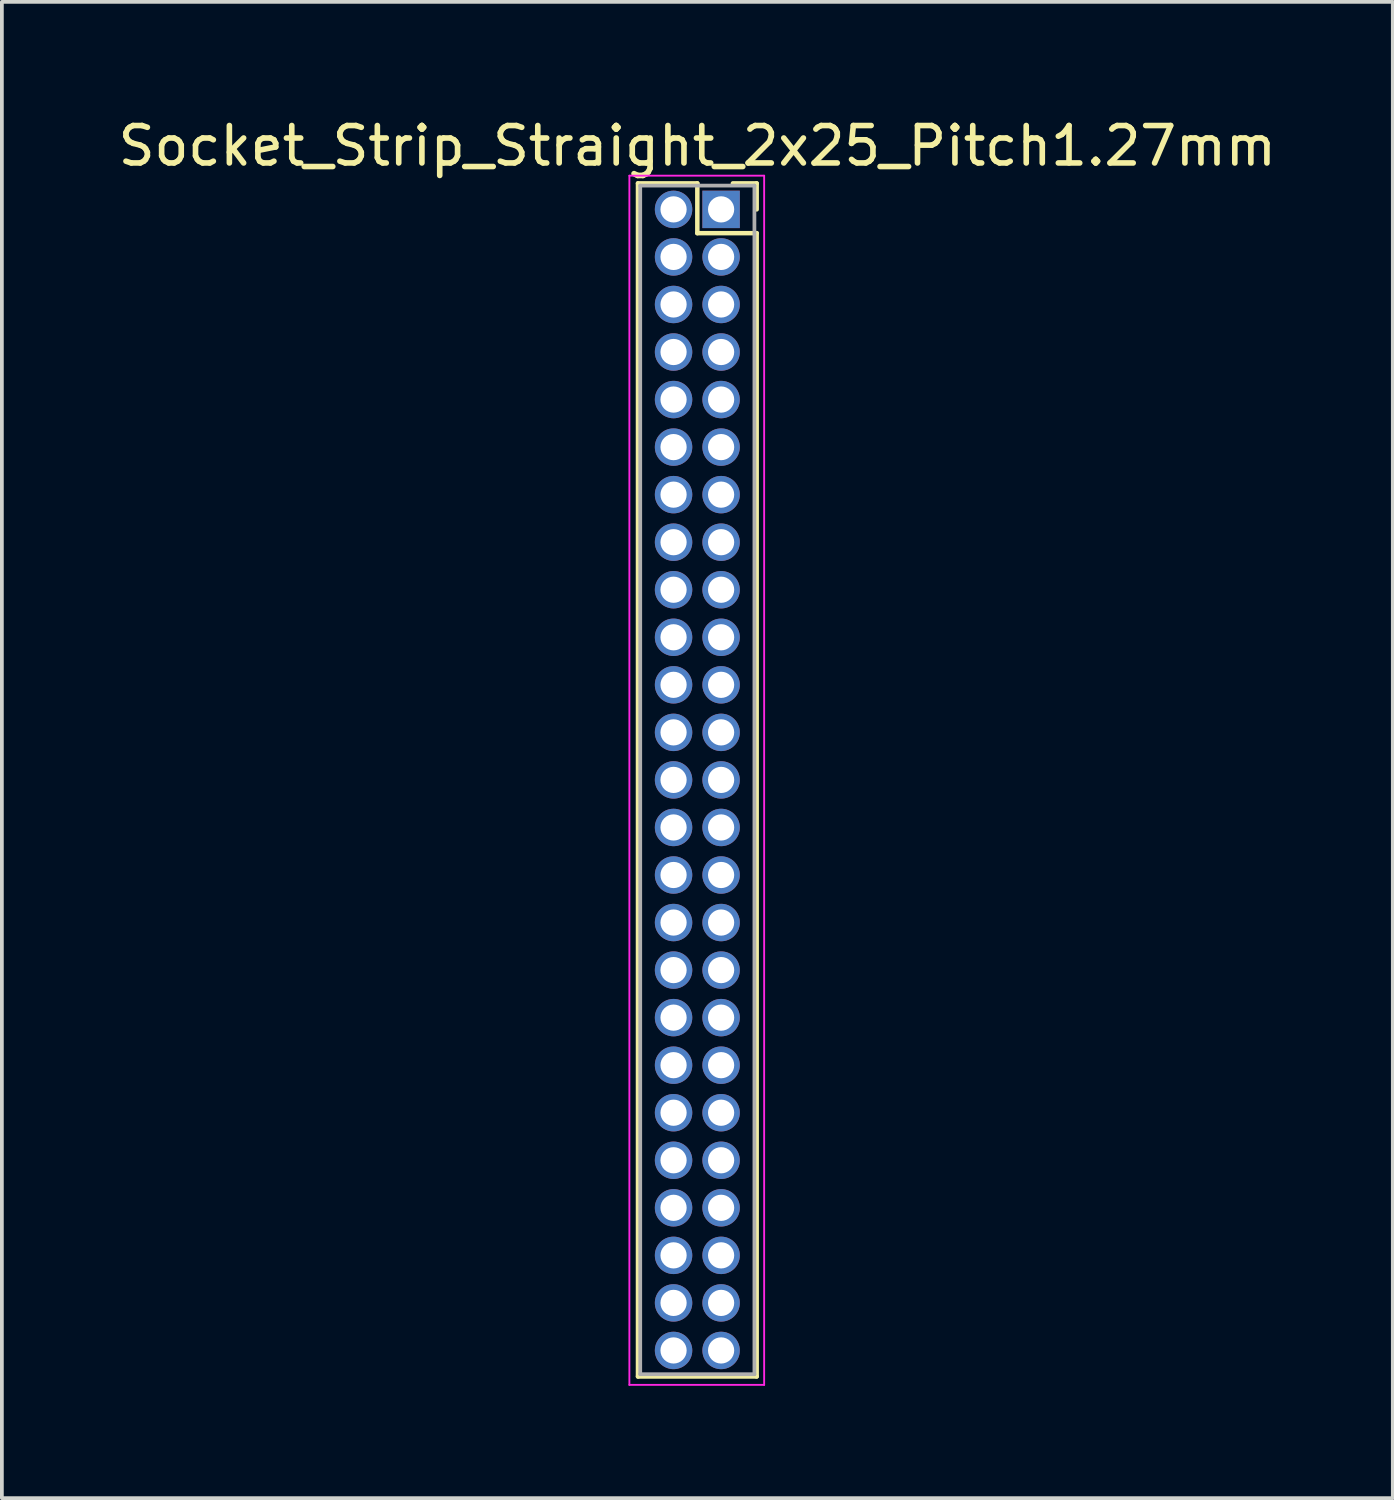
<source format=kicad_pcb>
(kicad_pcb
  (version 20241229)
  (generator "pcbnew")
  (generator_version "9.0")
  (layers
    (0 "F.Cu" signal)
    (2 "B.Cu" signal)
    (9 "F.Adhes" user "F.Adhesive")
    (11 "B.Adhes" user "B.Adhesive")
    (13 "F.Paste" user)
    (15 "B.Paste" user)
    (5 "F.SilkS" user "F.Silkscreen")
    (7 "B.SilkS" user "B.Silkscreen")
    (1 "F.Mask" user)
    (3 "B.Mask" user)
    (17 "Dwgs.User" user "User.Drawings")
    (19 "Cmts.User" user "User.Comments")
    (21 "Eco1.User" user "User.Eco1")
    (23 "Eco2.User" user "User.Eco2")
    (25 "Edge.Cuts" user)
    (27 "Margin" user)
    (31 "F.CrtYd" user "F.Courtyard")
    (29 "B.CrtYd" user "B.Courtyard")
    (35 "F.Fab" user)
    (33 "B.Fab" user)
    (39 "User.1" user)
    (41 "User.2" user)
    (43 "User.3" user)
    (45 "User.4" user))
  (footprint "Socket_Strip_Straight_2x25_Pitch1.27mm"
    (layer "F.Cu")
    (at 16.212 2.543)
    (property "Reference" "Socket_Strip_Straight_2x25_Pitch1.27mm" (at -0.635 -1.695 0) (layer "F.SilkS") (effects (font (size 1 1) (thickness 0.15))))
    (attr through_hole)
    (fp_line (start -2.22 -0.695) (end -0.635 -0.695) (stroke (width 0.12) (type solid)) (layer "F.SilkS"))
    (fp_line (start -2.22 31.175) (end -2.22 -0.695) (stroke (width 0.12) (type solid)) (layer "F.SilkS"))
    (fp_line (start -0.635 -0.695) (end -0.635 0.635) (stroke (width 0.12) (type solid)) (layer "F.SilkS"))
    (fp_line (start -0.635 0.635) (end 0.95 0.635) (stroke (width 0.12) (type solid)) (layer "F.SilkS"))
    (fp_line (start 0.95 -0.695) (end 0.315 -0.695) (stroke (width 0.12) (type solid)) (layer "F.SilkS"))
    (fp_line (start 0.95 0) (end 0.95 -0.695) (stroke (width 0.12) (type solid)) (layer "F.SilkS"))
    (fp_line (start 0.95 0.635) (end 0.95 31.175) (stroke (width 0.12) (type solid)) (layer "F.SilkS"))
    (fp_line (start 0.95 31.175) (end -2.22 31.175) (stroke (width 0.12) (type solid)) (layer "F.SilkS"))
    (fp_line (start -2.45 -0.9) (end -2.45 31.4) (stroke (width 0.05) (type solid)) (layer "F.CrtYd"))
    (fp_line (start -2.45 31.4) (end 1.15 31.4) (stroke (width 0.05) (type solid)) (layer "F.CrtYd"))
    (fp_line (start 1.15 -0.9) (end -2.45 -0.9) (stroke (width 0.05) (type solid)) (layer "F.CrtYd"))
    (fp_line (start 1.15 31.4) (end 1.15 -0.9) (stroke (width 0.05) (type solid)) (layer "F.CrtYd"))
    (fp_line (start -2.16 -0.635) (end -2.16 31.115) (stroke (width 0.1) (type solid)) (layer "F.Fab"))
    (fp_line (start -2.16 31.115) (end 0.89 31.115) (stroke (width 0.1) (type solid)) (layer "F.Fab"))
    (fp_line (start 0.89 -0.635) (end -2.16 -0.635) (stroke (width 0.1) (type solid)) (layer "F.Fab"))
    (fp_line (start 0.89 31.115) (end 0.89 -0.635) (stroke (width 0.1) (type solid)) (layer "F.Fab"))
    (pad "1" thru_hole rect (at 0 0) (size 1 1) (drill 0.7) (layers "*.Cu" "*.Mask"))
    (pad "2" thru_hole oval (at -1.27 0) (size 1 1) (drill 0.7) (layers "*.Cu" "*.Mask"))
    (pad "3" thru_hole oval (at 0 1.27) (size 1 1) (drill 0.7) (layers "*.Cu" "*.Mask"))
    (pad "4" thru_hole oval (at -1.27 1.27) (size 1 1) (drill 0.7) (layers "*.Cu" "*.Mask"))
    (pad "5" thru_hole oval (at 0 2.54) (size 1 1) (drill 0.7) (layers "*.Cu" "*.Mask"))
    (pad "6" thru_hole oval (at -1.27 2.54) (size 1 1) (drill 0.7) (layers "*.Cu" "*.Mask"))
    (pad "7" thru_hole oval (at 0 3.81) (size 1 1) (drill 0.7) (layers "*.Cu" "*.Mask"))
    (pad "8" thru_hole oval (at -1.27 3.81) (size 1 1) (drill 0.7) (layers "*.Cu" "*.Mask"))
    (pad "9" thru_hole oval (at 0 5.08) (size 1 1) (drill 0.7) (layers "*.Cu" "*.Mask"))
    (pad "10" thru_hole oval (at -1.27 5.08) (size 1 1) (drill 0.7) (layers "*.Cu" "*.Mask"))
    (pad "11" thru_hole oval (at 0 6.35) (size 1 1) (drill 0.7) (layers "*.Cu" "*.Mask"))
    (pad "12" thru_hole oval (at -1.27 6.35) (size 1 1) (drill 0.7) (layers "*.Cu" "*.Mask"))
    (pad "13" thru_hole oval (at 0 7.62) (size 1 1) (drill 0.7) (layers "*.Cu" "*.Mask"))
    (pad "14" thru_hole oval (at -1.27 7.62) (size 1 1) (drill 0.7) (layers "*.Cu" "*.Mask"))
    (pad "15" thru_hole oval (at 0 8.89) (size 1 1) (drill 0.7) (layers "*.Cu" "*.Mask"))
    (pad "16" thru_hole oval (at -1.27 8.89) (size 1 1) (drill 0.7) (layers "*.Cu" "*.Mask"))
    (pad "17" thru_hole oval (at 0 10.16) (size 1 1) (drill 0.7) (layers "*.Cu" "*.Mask"))
    (pad "18" thru_hole oval (at -1.27 10.16) (size 1 1) (drill 0.7) (layers "*.Cu" "*.Mask"))
    (pad "19" thru_hole oval (at 0 11.43) (size 1 1) (drill 0.7) (layers "*.Cu" "*.Mask"))
    (pad "20" thru_hole oval (at -1.27 11.43) (size 1 1) (drill 0.7) (layers "*.Cu" "*.Mask"))
    (pad "21" thru_hole oval (at 0 12.7) (size 1 1) (drill 0.7) (layers "*.Cu" "*.Mask"))
    (pad "22" thru_hole oval (at -1.27 12.7) (size 1 1) (drill 0.7) (layers "*.Cu" "*.Mask"))
    (pad "23" thru_hole oval (at 0 13.97) (size 1 1) (drill 0.7) (layers "*.Cu" "*.Mask"))
    (pad "24" thru_hole oval (at -1.27 13.97) (size 1 1) (drill 0.7) (layers "*.Cu" "*.Mask"))
    (pad "25" thru_hole oval (at 0 15.24) (size 1 1) (drill 0.7) (layers "*.Cu" "*.Mask"))
    (pad "26" thru_hole oval (at -1.27 15.24) (size 1 1) (drill 0.7) (layers "*.Cu" "*.Mask"))
    (pad "27" thru_hole oval (at 0 16.51) (size 1 1) (drill 0.7) (layers "*.Cu" "*.Mask"))
    (pad "28" thru_hole oval (at -1.27 16.51) (size 1 1) (drill 0.7) (layers "*.Cu" "*.Mask"))
    (pad "29" thru_hole oval (at 0 17.78) (size 1 1) (drill 0.7) (layers "*.Cu" "*.Mask"))
    (pad "30" thru_hole oval (at -1.27 17.78) (size 1 1) (drill 0.7) (layers "*.Cu" "*.Mask"))
    (pad "31" thru_hole oval (at 0 19.05) (size 1 1) (drill 0.7) (layers "*.Cu" "*.Mask"))
    (pad "32" thru_hole oval (at -1.27 19.05) (size 1 1) (drill 0.7) (layers "*.Cu" "*.Mask"))
    (pad "33" thru_hole oval (at 0 20.32) (size 1 1) (drill 0.7) (layers "*.Cu" "*.Mask"))
    (pad "34" thru_hole oval (at -1.27 20.32) (size 1 1) (drill 0.7) (layers "*.Cu" "*.Mask"))
    (pad "35" thru_hole oval (at 0 21.59) (size 1 1) (drill 0.7) (layers "*.Cu" "*.Mask"))
    (pad "36" thru_hole oval (at -1.27 21.59) (size 1 1) (drill 0.7) (layers "*.Cu" "*.Mask"))
    (pad "37" thru_hole oval (at 0 22.86) (size 1 1) (drill 0.7) (layers "*.Cu" "*.Mask"))
    (pad "38" thru_hole oval (at -1.27 22.86) (size 1 1) (drill 0.7) (layers "*.Cu" "*.Mask"))
    (pad "39" thru_hole oval (at 0 24.13) (size 1 1) (drill 0.7) (layers "*.Cu" "*.Mask"))
    (pad "40" thru_hole oval (at -1.27 24.13) (size 1 1) (drill 0.7) (layers "*.Cu" "*.Mask"))
    (pad "41" thru_hole oval (at 0 25.4) (size 1 1) (drill 0.7) (layers "*.Cu" "*.Mask"))
    (pad "42" thru_hole oval (at -1.27 25.4) (size 1 1) (drill 0.7) (layers "*.Cu" "*.Mask"))
    (pad "43" thru_hole oval (at 0 26.67) (size 1 1) (drill 0.7) (layers "*.Cu" "*.Mask"))
    (pad "44" thru_hole oval (at -1.27 26.67) (size 1 1) (drill 0.7) (layers "*.Cu" "*.Mask"))
    (pad "45" thru_hole oval (at 0 27.94) (size 1 1) (drill 0.7) (layers "*.Cu" "*.Mask"))
    (pad "46" thru_hole oval (at -1.27 27.94) (size 1 1) (drill 0.7) (layers "*.Cu" "*.Mask"))
    (pad "47" thru_hole oval (at 0 29.21) (size 1 1) (drill 0.7) (layers "*.Cu" "*.Mask"))
    (pad "48" thru_hole oval (at -1.27 29.21) (size 1 1) (drill 0.7) (layers "*.Cu" "*.Mask"))
    (pad "49" thru_hole oval (at 0 30.48) (size 1 1) (drill 0.7) (layers "*.Cu" "*.Mask"))
    (pad "50" thru_hole oval (at -1.27 30.48) (size 1 1) (drill 0.7) (layers "*.Cu" "*.Mask")))
  (gr_rect
    (start -3 -3)
    (end 34.155 36.968)
    (stroke (width 0.1) (type default))
    (fill no)
    (layer "Edge.Cuts")))
</source>
